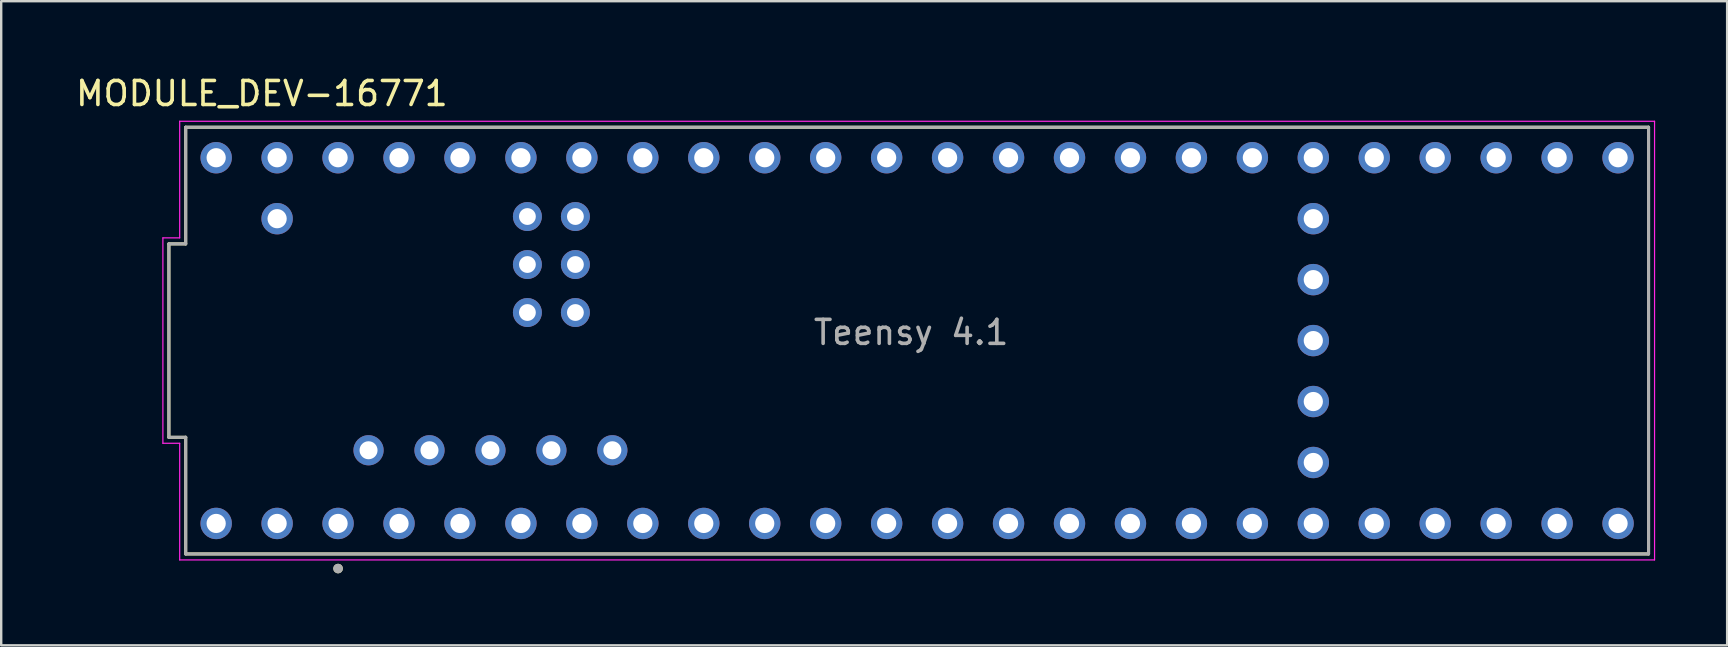
<source format=kicad_pcb>
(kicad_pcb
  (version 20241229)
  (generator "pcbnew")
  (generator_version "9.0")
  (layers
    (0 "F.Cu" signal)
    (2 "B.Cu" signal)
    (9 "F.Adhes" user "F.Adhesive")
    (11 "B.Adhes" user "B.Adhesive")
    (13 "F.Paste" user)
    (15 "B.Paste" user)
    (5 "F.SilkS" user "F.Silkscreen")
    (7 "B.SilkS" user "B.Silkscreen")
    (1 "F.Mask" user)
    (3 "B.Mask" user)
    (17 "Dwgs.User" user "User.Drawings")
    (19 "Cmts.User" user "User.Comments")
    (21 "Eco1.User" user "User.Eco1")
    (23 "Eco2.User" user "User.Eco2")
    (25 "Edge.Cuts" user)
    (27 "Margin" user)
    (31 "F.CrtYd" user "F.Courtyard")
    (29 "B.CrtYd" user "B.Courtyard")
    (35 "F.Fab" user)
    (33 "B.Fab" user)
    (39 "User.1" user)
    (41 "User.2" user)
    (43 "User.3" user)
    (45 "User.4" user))
  (footprint "MODULE_DEV-16771"
    (layer "F.Cu")
    (at 35.168 11.143)
    (property "Reference" "MODULE_DEV-16771" (at -27.305 -10.295 0) (layer "F.SilkS") (effects (font (size 1 1) (thickness 0.15))))
    (attr through_hole)
    (fp_line (start -31.18 4.03) (end -31.18 -4.03) (stroke (width 0.127) (type solid)) (layer "F.SilkS"))
    (fp_line (start -30.48 -8.89) (end -30.48 -4.03) (stroke (width 0.127) (type solid)) (layer "F.SilkS"))
    (fp_line (start -30.48 -8.89) (end 30.48 -8.89) (stroke (width 0.127) (type solid)) (layer "F.SilkS"))
    (fp_line (start -30.48 -4.03) (end -31.18 -4.03) (stroke (width 0.127) (type solid)) (layer "F.SilkS"))
    (fp_line (start -30.48 4.03) (end -31.18 4.03) (stroke (width 0.127) (type solid)) (layer "F.SilkS"))
    (fp_line (start -30.48 8.89) (end -30.48 4.03) (stroke (width 0.127) (type solid)) (layer "F.SilkS"))
    (fp_line (start 30.48 -8.89) (end 30.48 8.89) (stroke (width 0.127) (type solid)) (layer "F.SilkS"))
    (fp_line (start 30.48 8.89) (end -30.48 8.89) (stroke (width 0.127) (type solid)) (layer "F.SilkS"))
    (fp_circle (center -24.13 9.5) (end -24.03 9.5) (stroke (width 0.2) (type solid)) (fill no) (layer "F.SilkS"))
    (fp_line (start -31.43 4.28) (end -31.43 -4.28) (stroke (width 0.05) (type solid)) (layer "F.CrtYd"))
    (fp_line (start -30.73 -9.14) (end -30.73 -4.28) (stroke (width 0.05) (type solid)) (layer "F.CrtYd"))
    (fp_line (start -30.73 -9.14) (end 30.73 -9.14) (stroke (width 0.05) (type solid)) (layer "F.CrtYd"))
    (fp_line (start -30.73 -4.28) (end -31.43 -4.28) (stroke (width 0.05) (type solid)) (layer "F.CrtYd"))
    (fp_line (start -30.73 4.28) (end -31.43 4.28) (stroke (width 0.05) (type solid)) (layer "F.CrtYd"))
    (fp_line (start -30.73 9.14) (end -30.73 4.28) (stroke (width 0.05) (type solid)) (layer "F.CrtYd"))
    (fp_line (start 30.73 -9.14) (end 30.73 9.14) (stroke (width 0.05) (type solid)) (layer "F.CrtYd"))
    (fp_line (start 30.73 9.14) (end -30.73 9.14) (stroke (width 0.05) (type solid)) (layer "F.CrtYd"))
    (fp_line (start -31.18 4.03) (end -31.18 -4.03) (stroke (width 0.127) (type solid)) (layer "F.Fab"))
    (fp_line (start -30.48 -8.89) (end -30.48 -4.03) (stroke (width 0.127) (type solid)) (layer "F.Fab"))
    (fp_line (start -30.48 -8.89) (end 30.48 -8.89) (stroke (width 0.127) (type solid)) (layer "F.Fab"))
    (fp_line (start -30.48 -4.03) (end -31.18 -4.03) (stroke (width 0.127) (type solid)) (layer "F.Fab"))
    (fp_line (start -30.48 4.03) (end -31.18 4.03) (stroke (width 0.127) (type solid)) (layer "F.Fab"))
    (fp_line (start -30.48 8.89) (end -30.48 4.03) (stroke (width 0.127) (type solid)) (layer "F.Fab"))
    (fp_line (start 30.48 -8.89) (end 30.48 8.89) (stroke (width 0.127) (type solid)) (layer "F.Fab"))
    (fp_line (start 30.48 8.89) (end -30.48 8.89) (stroke (width 0.127) (type solid)) (layer "F.Fab"))
    (fp_circle (center -24.13 9.5) (end -24.03 9.5) (stroke (width 0.2) (type solid)) (fill no) (layer "F.Fab"))
    (fp_text user "Teensy 4.1" (at -0.25 -0.34 0) (layer "F.Fab") (effects (font (size 1 1) (thickness 0.15))))
    (pad "0" thru_hole circle (at -26.67 7.62) (size 1.308 1.308) (drill 0.8) (layers "*.Cu" "*.Mask"))
    (pad "1" thru_hole circle (at -24.13 7.62) (size 1.308 1.308) (drill 0.8) (layers "*.Cu" "*.Mask"))
    (pad "2" thru_hole circle (at -21.59 7.62) (size 1.308 1.308) (drill 0.8) (layers "*.Cu" "*.Mask"))
    (pad "3" thru_hole circle (at -19.05 7.62) (size 1.308 1.308) (drill 0.8) (layers "*.Cu" "*.Mask"))
    (pad "3.3V_1" thru_hole circle (at 6.35 7.62) (size 1.308 1.308) (drill 0.8) (layers "*.Cu" "*.Mask"))
    (pad "3.3V_2" thru_hole circle (at -24.13 -7.62) (size 1.308 1.308) (drill 0.8) (layers "*.Cu" "*.Mask"))
    (pad "3.3V_3" thru_hole circle (at 16.51 2.54) (size 1.308 1.308) (drill 0.8) (layers "*.Cu" "*.Mask"))
    (pad "4" thru_hole circle (at -16.51 7.62) (size 1.308 1.308) (drill 0.8) (layers "*.Cu" "*.Mask"))
    (pad "5" thru_hole circle (at -13.97 7.62) (size 1.308 1.308) (drill 0.8) (layers "*.Cu" "*.Mask"))
    (pad "5V" thru_hole circle (at -22.86 4.57) (size 1.258 1.258) (drill 0.75) (layers "*.Cu" "*.Mask"))
    (pad "6" thru_hole circle (at -11.43 7.62) (size 1.308 1.308) (drill 0.8) (layers "*.Cu" "*.Mask"))
    (pad "7" thru_hole circle (at -8.89 7.62) (size 1.308 1.308) (drill 0.8) (layers "*.Cu" "*.Mask"))
    (pad "8" thru_hole circle (at -6.35 7.62) (size 1.308 1.308) (drill 0.8) (layers "*.Cu" "*.Mask"))
    (pad "9" thru_hole circle (at -3.81 7.62) (size 1.308 1.308) (drill 0.8) (layers "*.Cu" "*.Mask"))
    (pad "10" thru_hole circle (at -1.27 7.62) (size 1.308 1.308) (drill 0.8) (layers "*.Cu" "*.Mask"))
    (pad "11" thru_hole circle (at 1.27 7.62) (size 1.308 1.308) (drill 0.8) (layers "*.Cu" "*.Mask"))
    (pad "12" thru_hole circle (at 3.81 7.62) (size 1.308 1.308) (drill 0.8) (layers "*.Cu" "*.Mask"))
    (pad "13" thru_hole circle (at 3.81 -7.62) (size 1.308 1.308) (drill 0.8) (layers "*.Cu" "*.Mask"))
    (pad "14" thru_hole circle (at 1.27 -7.62) (size 1.308 1.308) (drill 0.8) (layers "*.Cu" "*.Mask"))
    (pad "15" thru_hole circle (at -1.27 -7.62) (size 1.308 1.308) (drill 0.8) (layers "*.Cu" "*.Mask"))
    (pad "16" thru_hole circle (at -3.81 -7.62) (size 1.308 1.308) (drill 0.8) (layers "*.Cu" "*.Mask"))
    (pad "17" thru_hole circle (at -6.35 -7.62) (size 1.308 1.308) (drill 0.8) (layers "*.Cu" "*.Mask"))
    (pad "18" thru_hole circle (at -8.89 -7.62) (size 1.308 1.308) (drill 0.8) (layers "*.Cu" "*.Mask"))
    (pad "19" thru_hole circle (at -11.43 -7.62) (size 1.308 1.308) (drill 0.8) (layers "*.Cu" "*.Mask"))
    (pad "20" thru_hole circle (at -13.97 -7.62) (size 1.308 1.308) (drill 0.8) (layers "*.Cu" "*.Mask"))
    (pad "21" thru_hole circle (at -16.51 -7.62) (size 1.308 1.308) (drill 0.8) (layers "*.Cu" "*.Mask"))
    (pad "22" thru_hole circle (at -19.05 -7.62) (size 1.308 1.308) (drill 0.8) (layers "*.Cu" "*.Mask"))
    (pad "23" thru_hole circle (at -21.59 -7.62) (size 1.308 1.308) (drill 0.8) (layers "*.Cu" "*.Mask"))
    (pad "24" thru_hole circle (at 8.89 7.62) (size 1.308 1.308) (drill 0.8) (layers "*.Cu" "*.Mask"))
    (pad "25" thru_hole circle (at 11.43 7.62) (size 1.308 1.308) (drill 0.8) (layers "*.Cu" "*.Mask"))
    (pad "26" thru_hole circle (at 13.97 7.62) (size 1.308 1.308) (drill 0.8) (layers "*.Cu" "*.Mask"))
    (pad "27" thru_hole circle (at 16.51 7.62) (size 1.308 1.308) (drill 0.8) (layers "*.Cu" "*.Mask"))
    (pad "28" thru_hole circle (at 19.05 7.62) (size 1.308 1.308) (drill 0.8) (layers "*.Cu" "*.Mask"))
    (pad "29" thru_hole circle (at 21.59 7.62) (size 1.308 1.308) (drill 0.8) (layers "*.Cu" "*.Mask"))
    (pad "30" thru_hole circle (at 24.13 7.62) (size 1.308 1.308) (drill 0.8) (layers "*.Cu" "*.Mask"))
    (pad "31" thru_hole circle (at 26.67 7.62) (size 1.308 1.308) (drill 0.8) (layers "*.Cu" "*.Mask"))
    (pad "32" thru_hole circle (at 29.21 7.62) (size 1.308 1.308) (drill 0.8) (layers "*.Cu" "*.Mask"))
    (pad "33" thru_hole circle (at 29.21 -7.62) (size 1.308 1.308) (drill 0.8) (layers "*.Cu" "*.Mask"))
    (pad "34" thru_hole circle (at 26.67 -7.62) (size 1.308 1.308) (drill 0.8) (layers "*.Cu" "*.Mask"))
    (pad "35" thru_hole circle (at 24.13 -7.62) (size 1.308 1.308) (drill 0.8) (layers "*.Cu" "*.Mask"))
    (pad "36" thru_hole circle (at 21.59 -7.62) (size 1.308 1.308) (drill 0.8) (layers "*.Cu" "*.Mask"))
    (pad "37" thru_hole circle (at 19.05 -7.62) (size 1.308 1.308) (drill 0.8) (layers "*.Cu" "*.Mask"))
    (pad "38" thru_hole circle (at 16.51 -7.62) (size 1.308 1.308) (drill 0.8) (layers "*.Cu" "*.Mask"))
    (pad "39" thru_hole circle (at 13.97 -7.62) (size 1.308 1.308) (drill 0.8) (layers "*.Cu" "*.Mask"))
    (pad "40" thru_hole circle (at 11.43 -7.62) (size 1.308 1.308) (drill 0.8) (layers "*.Cu" "*.Mask"))
    (pad "41" thru_hole circle (at 8.89 -7.62) (size 1.308 1.308) (drill 0.8) (layers "*.Cu" "*.Mask"))
    (pad "D+" thru_hole circle (at -17.78 4.57) (size 1.258 1.258) (drill 0.75) (layers "*.Cu" "*.Mask"))
    (pad "D-" thru_hole circle (at -20.32 4.57) (size 1.258 1.258) (drill 0.75) (layers "*.Cu" "*.Mask"))
    (pad "GND1" thru_hole circle (at -29.21 7.62) (size 1.308 1.308) (drill 0.8) (layers "*.Cu" "*.Mask"))
    (pad "GND2" thru_hole circle (at 6.35 -7.62) (size 1.308 1.308) (drill 0.8) (layers "*.Cu" "*.Mask"))
    (pad "GND3" thru_hole circle (at -26.67 -7.62) (size 1.308 1.308) (drill 0.8) (layers "*.Cu" "*.Mask"))
    (pad "GND4" thru_hole circle (at 16.51 0) (size 1.308 1.308) (drill 0.8) (layers "*.Cu" "*.Mask"))
    (pad "GND5" thru_hole circle (at -14.24 -3.17) (size 1.208 1.208) (drill 0.7) (layers "*.Cu" "*.Mask"))
    (pad "LED" thru_hole circle (at -16.24 -3.17) (size 1.208 1.208) (drill 0.7) (layers "*.Cu" "*.Mask"))
    (pad "ON/OFF" thru_hole circle (at 16.51 -5.08) (size 1.308 1.308) (drill 0.8) (layers "*.Cu" "*.Mask"))
    (pad "PROGRAM" thru_hole circle (at 16.51 -2.54) (size 1.308 1.308) (drill 0.8) (layers "*.Cu" "*.Mask"))
    (pad "R+" thru_hole circle (at -16.24 -5.17) (size 1.208 1.208) (drill 0.7) (layers "*.Cu" "*.Mask"))
    (pad "R-" thru_hole circle (at -14.24 -5.17) (size 1.208 1.208) (drill 0.7) (layers "*.Cu" "*.Mask"))
    (pad "T+" thru_hole circle (at -14.24 -1.17) (size 1.208 1.208) (drill 0.7) (layers "*.Cu" "*.Mask"))
    (pad "T-" thru_hole circle (at -16.24 -1.17) (size 1.208 1.208) (drill 0.7) (layers "*.Cu" "*.Mask"))
    (pad "USB_GND1" thru_hole circle (at -15.24 4.57) (size 1.258 1.258) (drill 0.75) (layers "*.Cu" "*.Mask"))
    (pad "USB_GND2" thru_hole circle (at -12.7 4.57) (size 1.258 1.258) (drill 0.75) (layers "*.Cu" "*.Mask"))
    (pad "VBAT" thru_hole circle (at 16.51 5.08) (size 1.308 1.308) (drill 0.8) (layers "*.Cu" "*.Mask"))
    (pad "VIN" thru_hole circle (at -29.21 -7.62) (size 1.308 1.308) (drill 0.8) (layers "*.Cu" "*.Mask"))
    (pad "VUSB" thru_hole circle (at -26.67 -5.08) (size 1.308 1.308) (drill 0.8) (layers "*.Cu" "*.Mask")))
  (gr_rect
    (start -3 -3)
    (end 68.923 23.843)
    (stroke (width 0.1) (type default))
    (fill no)
    (layer "Edge.Cuts")))
</source>
